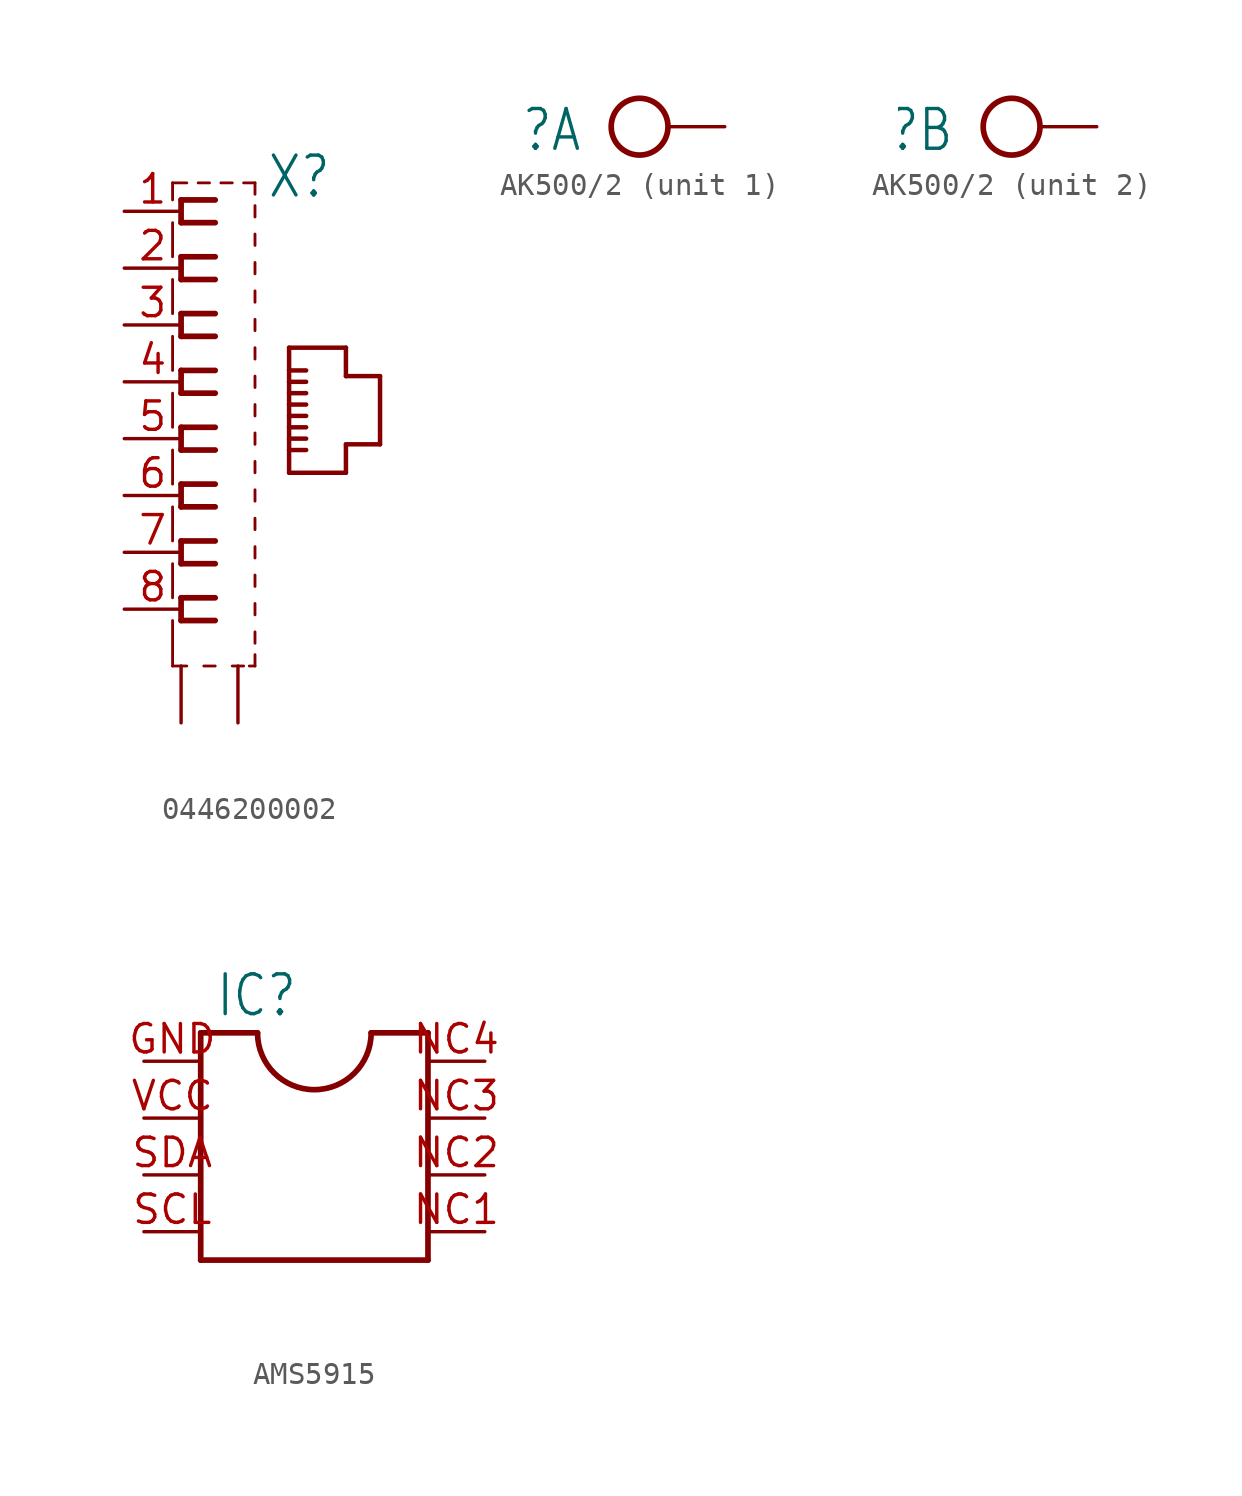
<source format=kicad_sym>
(kicad_symbol_lib
  (version 20220914)
  (generator kicad_symbol_editor)
  (symbol "0446200002"
    (property "Reference" "X"
      (at 3.81 10.668 0)
      (effects (font (size 1.778 1.511)) (justify left bottom)))
    (property "Value" ""
      (at 3.81 -10.922 0)
      (effects (font (size 1.778 1.511)) (justify left bottom)))
    (property "ki_locked" ""
      (at 0 0 0)
      (effects (font (size 1.27 1.27))))
    (symbol "0446200002_1_0"
      (polyline (pts (xy -0.381 -10.16) (xy 0.254 -10.16)) (stroke (width 0.127) (type solid)) (fill (type none)))
      (polyline (pts (xy -0.381 -8.128) (xy -0.381 -10.16)) (stroke (width 0.127) (type solid)) (fill (type none)))
      (polyline (pts (xy -0.381 -5.588) (xy -0.381 -7.112)) (stroke (width 0.127) (type solid)) (fill (type none)))
      (polyline (pts (xy -0.381 -3.048) (xy -0.381 -4.572)) (stroke (width 0.127) (type solid)) (fill (type none)))
      (polyline (pts (xy -0.381 -0.508) (xy -0.381 -2.032)) (stroke (width 0.127) (type solid)) (fill (type none)))
      (polyline (pts (xy -0.381 2.032) (xy -0.381 0.508)) (stroke (width 0.127) (type solid)) (fill (type none)))
      (polyline (pts (xy -0.381 4.572) (xy -0.381 3.048)) (stroke (width 0.127) (type solid)) (fill (type none)))
      (polyline (pts (xy -0.381 7.112) (xy -0.381 5.588)) (stroke (width 0.127) (type solid)) (fill (type none)))
      (polyline (pts (xy -0.381 9.652) (xy -0.381 8.128)) (stroke (width 0.127) (type solid)) (fill (type none)))
      (polyline (pts (xy -0.381 11.43) (xy -0.381 10.668)) (stroke (width 0.127) (type solid)) (fill (type none)))
      (polyline (pts (xy 0 -8.128) (xy 1.524 -8.128)) (stroke (width 0.254) (type solid)) (fill (type none)))
      (polyline (pts (xy 0 -7.112) (xy 0 -8.128)) (stroke (width 0.254) (type solid)) (fill (type none)))
      (polyline (pts (xy 0 -5.588) (xy 1.524 -5.588)) (stroke (width 0.254) (type solid)) (fill (type none)))
      (polyline (pts (xy 0 -4.572) (xy 0 -5.588)) (stroke (width 0.254) (type solid)) (fill (type none)))
      (polyline (pts (xy 0 -3.048) (xy 1.524 -3.048)) (stroke (width 0.254) (type solid)) (fill (type none)))
      (polyline (pts (xy 0 -2.032) (xy 0 -3.048)) (stroke (width 0.254) (type solid)) (fill (type none)))
      (polyline (pts (xy 0 -0.508) (xy 1.524 -0.508)) (stroke (width 0.254) (type solid)) (fill (type none)))
      (polyline (pts (xy 0 0.508) (xy 0 -0.508)) (stroke (width 0.254) (type solid)) (fill (type none)))
      (polyline (pts (xy 0 2.032) (xy 1.524 2.032)) (stroke (width 0.254) (type solid)) (fill (type none)))
      (polyline (pts (xy 0 3.048) (xy 0 2.032)) (stroke (width 0.254) (type solid)) (fill (type none)))
      (polyline (pts (xy 0 4.572) (xy 1.524 4.572)) (stroke (width 0.254) (type solid)) (fill (type none)))
      (polyline (pts (xy 0 5.588) (xy 0 4.572)) (stroke (width 0.254) (type solid)) (fill (type none)))
      (polyline (pts (xy 0 7.112) (xy 1.524 7.112)) (stroke (width 0.254) (type solid)) (fill (type none)))
      (polyline (pts (xy 0 8.128) (xy 0 7.112)) (stroke (width 0.254) (type solid)) (fill (type none)))
      (polyline (pts (xy 0 9.652) (xy 1.524 9.652)) (stroke (width 0.254) (type solid)) (fill (type none)))
      (polyline (pts (xy 0 10.668) (xy 0 9.652)) (stroke (width 0.254) (type solid)) (fill (type none)))
      (polyline (pts (xy 0.254 11.43) (xy -0.381 11.43)) (stroke (width 0.127) (type solid)) (fill (type none)))
      (polyline (pts (xy 1.016 -10.16) (xy 1.524 -10.16)) (stroke (width 0.127) (type solid)) (fill (type none)))
      (polyline (pts (xy 1.27 11.43) (xy 0.762 11.43)) (stroke (width 0.127) (type solid)) (fill (type none)))
      (polyline (pts (xy 1.524 -7.112) (xy 0 -7.112)) (stroke (width 0.254) (type solid)) (fill (type none)))
      (polyline (pts (xy 1.524 -4.572) (xy 0 -4.572)) (stroke (width 0.254) (type solid)) (fill (type none)))
      (polyline (pts (xy 1.524 -2.032) (xy 0 -2.032)) (stroke (width 0.254) (type solid)) (fill (type none)))
      (polyline (pts (xy 1.524 0.508) (xy 0 0.508)) (stroke (width 0.254) (type solid)) (fill (type none)))
      (polyline (pts (xy 1.524 3.048) (xy 0 3.048)) (stroke (width 0.254) (type solid)) (fill (type none)))
      (polyline (pts (xy 1.524 5.588) (xy 0 5.588)) (stroke (width 0.254) (type solid)) (fill (type none)))
      (polyline (pts (xy 1.524 8.128) (xy 0 8.128)) (stroke (width 0.254) (type solid)) (fill (type none)))
      (polyline (pts (xy 1.524 10.668) (xy 0 10.668)) (stroke (width 0.254) (type solid)) (fill (type none)))
      (polyline (pts (xy 2.286 -10.16) (xy 2.794 -10.16)) (stroke (width 0.127) (type solid)) (fill (type none)))
      (polyline (pts (xy 2.286 11.43) (xy 1.778 11.43)) (stroke (width 0.127) (type solid)) (fill (type none)))
      (polyline (pts (xy 3.048 -10.16) (xy 3.302 -10.16)) (stroke (width 0.127) (type solid)) (fill (type none)))
      (polyline (pts (xy 3.302 -10.16) (xy 3.302 -9.652)) (stroke (width 0.127) (type solid)) (fill (type none)))
      (polyline (pts (xy 3.302 -9.144) (xy 3.302 -8.636)) (stroke (width 0.127) (type solid)) (fill (type none)))
      (polyline (pts (xy 3.302 -7.874) (xy 3.302 -7.366)) (stroke (width 0.127) (type solid)) (fill (type none)))
      (polyline (pts (xy 3.302 -6.604) (xy 3.302 -6.096)) (stroke (width 0.127) (type solid)) (fill (type none)))
      (polyline (pts (xy 3.302 -5.334) (xy 3.302 -4.826)) (stroke (width 0.127) (type solid)) (fill (type none)))
      (polyline (pts (xy 3.302 -4.064) (xy 3.302 -3.556)) (stroke (width 0.127) (type solid)) (fill (type none)))
      (polyline (pts (xy 3.302 -2.794) (xy 3.302 -2.286)) (stroke (width 0.127) (type solid)) (fill (type none)))
      (polyline (pts (xy 3.302 -1.524) (xy 3.302 -1.016)) (stroke (width 0.127) (type solid)) (fill (type none)))
      (polyline (pts (xy 3.302 -0.254) (xy 3.302 0.254)) (stroke (width 0.127) (type solid)) (fill (type none)))
      (polyline (pts (xy 3.302 1.016) (xy 3.302 1.524)) (stroke (width 0.127) (type solid)) (fill (type none)))
      (polyline (pts (xy 3.302 2.286) (xy 3.302 2.794)) (stroke (width 0.127) (type solid)) (fill (type none)))
      (polyline (pts (xy 3.302 3.556) (xy 3.302 4.064)) (stroke (width 0.127) (type solid)) (fill (type none)))
      (polyline (pts (xy 3.302 4.826) (xy 3.302 5.334)) (stroke (width 0.127) (type solid)) (fill (type none)))
      (polyline (pts (xy 3.302 6.096) (xy 3.302 6.604)) (stroke (width 0.127) (type solid)) (fill (type none)))
      (polyline (pts (xy 3.302 7.366) (xy 3.302 7.874)) (stroke (width 0.127) (type solid)) (fill (type none)))
      (polyline (pts (xy 3.302 8.636) (xy 3.302 9.144)) (stroke (width 0.127) (type solid)) (fill (type none)))
      (polyline (pts (xy 3.302 9.906) (xy 3.302 10.414)) (stroke (width 0.127) (type solid)) (fill (type none)))
      (polyline (pts (xy 3.302 10.922) (xy 3.302 11.43)) (stroke (width 0.127) (type solid)) (fill (type none)))
      (polyline (pts (xy 3.302 11.43) (xy 2.794 11.43)) (stroke (width 0.127) (type solid)) (fill (type none)))
      (polyline (pts (xy 4.826 -1.524) (xy 7.366 -1.524)) (stroke (width 0.2) (type solid)) (fill (type none)))
      (polyline (pts (xy 4.826 -0.508) (xy 4.826 -1.524)) (stroke (width 0.2) (type solid)) (fill (type none)))
      (polyline (pts (xy 4.826 -0.508) (xy 5.588 -0.508)) (stroke (width 0.2) (type solid)) (fill (type none)))
      (polyline (pts (xy 4.826 0) (xy 4.826 -0.508)) (stroke (width 0.2) (type solid)) (fill (type none)))
      (polyline (pts (xy 4.826 0) (xy 5.588 0)) (stroke (width 0.2) (type solid)) (fill (type none)))
      (polyline (pts (xy 4.826 0.508) (xy 4.826 0)) (stroke (width 0.2) (type solid)) (fill (type none)))
      (polyline (pts (xy 4.826 0.508) (xy 5.588 0.508)) (stroke (width 0.2) (type solid)) (fill (type none)))
      (polyline (pts (xy 4.826 1.016) (xy 4.826 0.508)) (stroke (width 0.2) (type solid)) (fill (type none)))
      (polyline (pts (xy 4.826 1.016) (xy 5.588 1.016)) (stroke (width 0.2) (type solid)) (fill (type none)))
      (polyline (pts (xy 4.826 1.524) (xy 4.826 1.016)) (stroke (width 0.2) (type solid)) (fill (type none)))
      (polyline (pts (xy 4.826 1.524) (xy 5.588 1.524)) (stroke (width 0.2) (type solid)) (fill (type none)))
      (polyline (pts (xy 4.826 2.032) (xy 4.826 1.524)) (stroke (width 0.2) (type solid)) (fill (type none)))
      (polyline (pts (xy 4.826 2.032) (xy 5.588 2.032)) (stroke (width 0.2) (type solid)) (fill (type none)))
      (polyline (pts (xy 4.826 2.54) (xy 4.826 2.032)) (stroke (width 0.2) (type solid)) (fill (type none)))
      (polyline (pts (xy 4.826 2.54) (xy 5.588 2.54)) (stroke (width 0.2) (type solid)) (fill (type none)))
      (polyline (pts (xy 4.826 3.048) (xy 4.826 2.54)) (stroke (width 0.2) (type solid)) (fill (type none)))
      (polyline (pts (xy 4.826 3.048) (xy 5.588 3.048)) (stroke (width 0.2) (type solid)) (fill (type none)))
      (polyline (pts (xy 4.826 4.064) (xy 4.826 3.048)) (stroke (width 0.2) (type solid)) (fill (type none)))
      (polyline (pts (xy 7.366 -1.524) (xy 7.366 -0.254)) (stroke (width 0.2) (type solid)) (fill (type none)))
      (polyline (pts (xy 7.366 -0.254) (xy 8.89 -0.254)) (stroke (width 0.2) (type solid)) (fill (type none)))
      (polyline (pts (xy 7.366 2.794) (xy 7.366 4.064)) (stroke (width 0.2) (type solid)) (fill (type none)))
      (polyline (pts (xy 7.366 4.064) (xy 4.826 4.064)) (stroke (width 0.2) (type solid)) (fill (type none)))
      (polyline (pts (xy 8.89 -0.254) (xy 8.89 2.794)) (stroke (width 0.2) (type solid)) (fill (type none)))
      (polyline (pts (xy 8.89 2.794) (xy 7.366 2.794)) (stroke (width 0.2) (type solid)) (fill (type none)))
      (pin passive line (at -2.54 10.16 0) (length 2.54) (name "1" (effects (font (size 0 0)))) (number "1" (effects (font (size 1.27 1.27)))))
      (pin passive line (at -2.54 7.62 0) (length 2.54) (name "2" (effects (font (size 0 0)))) (number "2" (effects (font (size 1.27 1.27)))))
      (pin passive line (at -2.54 5.08 0) (length 2.54) (name "3" (effects (font (size 0 0)))) (number "3" (effects (font (size 1.27 1.27)))))
      (pin passive line (at -2.54 2.54 0) (length 2.54) (name "4" (effects (font (size 0 0)))) (number "4" (effects (font (size 1.27 1.27)))))
      (pin passive line (at -2.54 0 0) (length 2.54) (name "5" (effects (font (size 0 0)))) (number "5" (effects (font (size 1.27 1.27)))))
      (pin passive line (at -2.54 -2.54 0) (length 2.54) (name "6" (effects (font (size 0 0)))) (number "6" (effects (font (size 1.27 1.27)))))
      (pin passive line (at -2.54 -5.08 0) (length 2.54) (name "7" (effects (font (size 0 0)))) (number "7" (effects (font (size 1.27 1.27)))))
      (pin passive line (at -2.54 -7.62 0) (length 2.54) (name "8" (effects (font (size 0 0)))) (number "8" (effects (font (size 1.27 1.27)))))
      (pin passive line (at 0 -12.7 90) (length 2.54) (name "S1" (effects (font (size 0 0)))) (number "S@1" (effects (font (size 0 0)))))
      (pin passive line (at 2.54 -12.7 90) (length 2.54) (name "S2" (effects (font (size 0 0)))) (number "S@2" (effects (font (size 0 0)))))))
  (symbol "AK500/2"
    (property "Reference" "X"
      (at -1.27 0.889 0)
      (effects (font (size 1.778 1.511)) (justify right top)))
    (property "ki_locked" ""
      (at 0 0 0)
      (effects (font (size 1.27 1.27))))
    (symbol "AK500/2_1_0"
      (circle (center 1.27 0) (radius 1.27) (stroke (width 0.254) (type solid)) (fill (type none)))
      (pin passive line (at 5.08 0 180) (length 2.54) (name "KL" (effects (font (size 0 0)))) (number "1" (effects (font (size 0 0))))))
    (symbol "AK500/2_2_0"
      (circle (center 1.27 0) (radius 1.27) (stroke (width 0.254) (type solid)) (fill (type none)))
      (pin passive line (at 5.08 0 180) (length 2.54) (name "KL" (effects (font (size 0 0)))) (number "2" (effects (font (size 0 0)))))))
  (symbol "AMS5915"
    (property "Reference" "IC"
      (at -4.445 6.985 0)
      (effects (font (size 1.778 1.511)) (justify left bottom)))
    (property "Value" ""
      (at -4.445 -6.35 0)
      (effects (font (size 1.778 1.511)) (justify left bottom)))
    (property "ki_locked" ""
      (at 0 0 0)
      (effects (font (size 1.27 1.27))))
    (symbol "AMS5915_1_0"
      (arc (start -2.54 6.35) (mid 0 3.81) (end 2.54 6.35) (stroke (width 0.254) (type solid)) (fill (type none)))
      (polyline (pts (xy -5.08 -3.81) (xy 5.08 -3.81)) (stroke (width 0.254) (type solid)) (fill (type none)))
      (polyline (pts (xy -5.08 6.35) (xy -5.08 -3.81)) (stroke (width 0.254) (type solid)) (fill (type none)))
      (polyline (pts (xy -5.08 6.35) (xy -2.54 6.35)) (stroke (width 0.254) (type solid)) (fill (type none)))
      (polyline (pts (xy 5.08 -3.81) (xy 5.08 6.35)) (stroke (width 0.254) (type solid)) (fill (type none)))
      (polyline (pts (xy 5.08 6.35) (xy 2.54 6.35)) (stroke (width 0.254) (type solid)) (fill (type none)))
      (pin passive line (at -7.62 5.08 0) (length 2.54) (name "1" (effects (font (size 0 0)))) (number "GND" (effects (font (size 1.27 1.27)))))
      (pin passive line (at 7.62 -2.54 180) (length 2.54) (name "5" (effects (font (size 0 0)))) (number "NC1" (effects (font (size 1.27 1.27)))))
      (pin passive line (at 7.62 0 180) (length 2.54) (name "6" (effects (font (size 0 0)))) (number "NC2" (effects (font (size 1.27 1.27)))))
      (pin passive line (at 7.62 2.54 180) (length 2.54) (name "7" (effects (font (size 0 0)))) (number "NC3" (effects (font (size 1.27 1.27)))))
      (pin passive line (at 7.62 5.08 180) (length 2.54) (name "8" (effects (font (size 0 0)))) (number "NC4" (effects (font (size 1.27 1.27)))))
      (pin passive line (at -7.62 -2.54 0) (length 2.54) (name "4" (effects (font (size 0 0)))) (number "SCL" (effects (font (size 1.27 1.27)))))
      (pin passive line (at -7.62 0 0) (length 2.54) (name "3" (effects (font (size 0 0)))) (number "SDA" (effects (font (size 1.27 1.27)))))
      (pin passive line (at -7.62 2.54 0) (length 2.54) (name "2" (effects (font (size 0 0)))) (number "VCC" (effects (font (size 1.27 1.27))))))))
</source>
